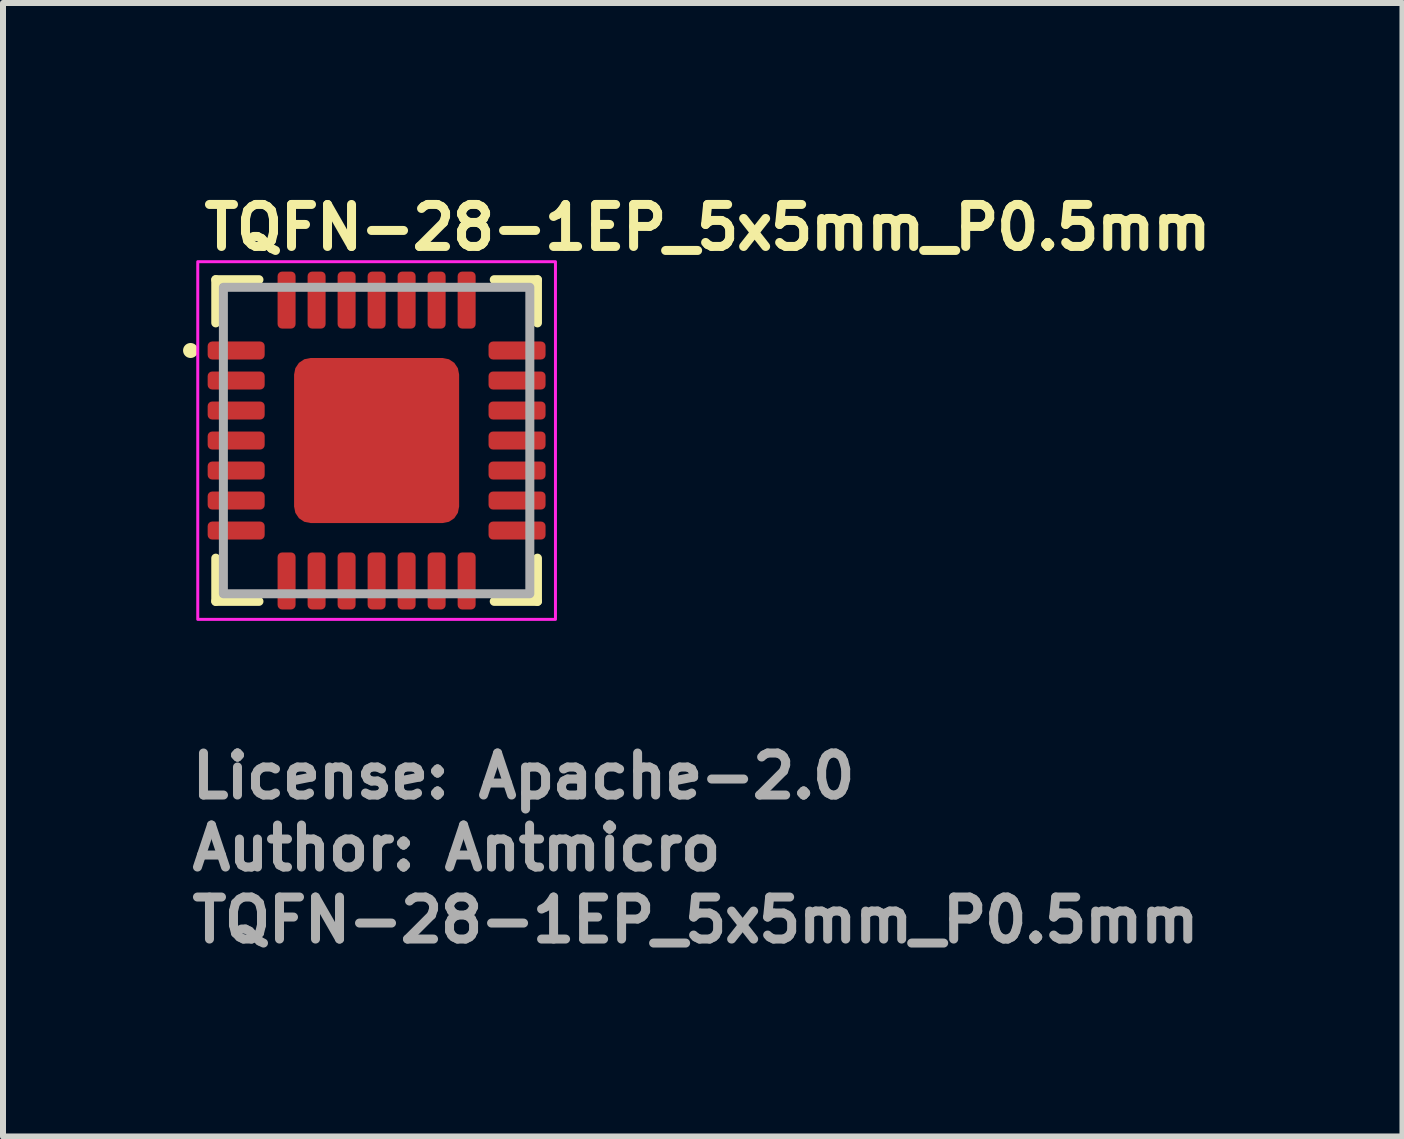
<source format=kicad_pcb>
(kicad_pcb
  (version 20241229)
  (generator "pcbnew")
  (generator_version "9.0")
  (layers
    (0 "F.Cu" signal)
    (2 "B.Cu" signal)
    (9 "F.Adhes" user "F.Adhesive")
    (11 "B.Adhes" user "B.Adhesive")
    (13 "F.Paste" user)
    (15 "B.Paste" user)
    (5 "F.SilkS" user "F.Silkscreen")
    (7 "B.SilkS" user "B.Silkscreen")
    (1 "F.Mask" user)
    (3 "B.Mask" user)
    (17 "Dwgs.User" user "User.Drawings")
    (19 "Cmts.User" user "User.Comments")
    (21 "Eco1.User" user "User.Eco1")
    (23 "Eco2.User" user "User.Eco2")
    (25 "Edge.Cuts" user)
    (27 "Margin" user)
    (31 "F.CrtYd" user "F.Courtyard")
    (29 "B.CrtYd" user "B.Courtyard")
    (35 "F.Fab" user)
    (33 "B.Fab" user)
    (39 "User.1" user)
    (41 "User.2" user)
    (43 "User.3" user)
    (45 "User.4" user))
  (footprint "TQFN-28-1EP_5x5mm_P0.5mm"
    (layer "F.Cu")
    (at 3.225 4.29)
    (property "Reference" "TQFN-28-1EP_5x5mm_P0.5mm" (at -2.95 -3.14 0) (unlocked yes) (layer "F.SilkS") (effects (font (size 0.7 0.7) (thickness 0.15)) (justify left bottom)))
    (attr smd)
    (fp_line (start -2.68 -2.68) (end -2.68 -1.96) (stroke (width 0.15) (type solid)) (layer "F.SilkS"))
    (fp_line (start -2.68 1.96) (end -2.68 2.68) (stroke (width 0.15) (type solid)) (layer "F.SilkS"))
    (fp_line (start -2.68 2.68) (end -1.96 2.68) (stroke (width 0.15) (type solid)) (layer "F.SilkS"))
    (fp_line (start -1.96 -2.68) (end -2.68 -2.68) (stroke (width 0.15) (type solid)) (layer "F.SilkS"))
    (fp_line (start 1.96 2.68) (end 2.68 2.68) (stroke (width 0.15) (type solid)) (layer "F.SilkS"))
    (fp_line (start 2.68 -2.68) (end 1.96 -2.68) (stroke (width 0.15) (type solid)) (layer "F.SilkS"))
    (fp_line (start 2.68 -1.96) (end 2.68 -2.68) (stroke (width 0.15) (type solid)) (layer "F.SilkS"))
    (fp_line (start 2.68 2.68) (end 2.68 1.96) (stroke (width 0.15) (type solid)) (layer "F.SilkS"))
    (fp_circle (center -3.1 -1.5) (end -3.05 -1.5) (stroke (width 0.15) (type solid)) (fill yes) (layer "F.SilkS"))
    (fp_rect (start -2.98 -2.98) (end 2.98 2.98) (stroke (width 0.05) (type solid)) (fill no) (layer "F.CrtYd"))
    (fp_rect (start -2.553 -2.553) (end 2.553 2.553) (stroke (width 0.15) (type solid)) (fill no) (layer "F.Fab"))
    (fp_rect (start -2.553 -2.553) (end 2.553 2.553) (stroke (width 0.1) (type solid)) (fill no) (layer "User.5"))
    (fp_line (start -2.553 -2.553) (end -2.553 2.553) (stroke (width 0.02) (type solid)) (layer "User.9"))
    (fp_line (start -2.553 2.553) (end 2.553 2.553) (stroke (width 0.02) (type solid)) (layer "User.9"))
    (fp_line (start -2.17 -1.5) (end -2.166 -1.469) (stroke (width 0.02) (type solid)) (layer "User.9"))
    (fp_line (start -2.166 -1.531) (end -2.17 -1.5) (stroke (width 0.02) (type solid)) (layer "User.9"))
    (fp_line (start -2.166 -1.469) (end -2.155 -1.441) (stroke (width 0.02) (type solid)) (layer "User.9"))
    (fp_line (start -2.155 -1.559) (end -2.166 -1.531) (stroke (width 0.02) (type solid)) (layer "User.9"))
    (fp_line (start -2.155 -1.441) (end -2.138 -1.415) (stroke (width 0.02) (type solid)) (layer "User.9"))
    (fp_line (start -2.138 -1.585) (end -2.155 -1.559) (stroke (width 0.02) (type solid)) (layer "User.9"))
    (fp_line (start -2.138 -1.415) (end -2.115 -1.395) (stroke (width 0.02) (type solid)) (layer "User.9"))
    (fp_line (start -2.115 -1.605) (end -2.138 -1.585) (stroke (width 0.02) (type solid)) (layer "User.9"))
    (fp_line (start -2.115 -1.395) (end -2.087 -1.381) (stroke (width 0.02) (type solid)) (layer "User.9"))
    (fp_line (start -2.087 -1.619) (end -2.115 -1.605) (stroke (width 0.02) (type solid)) (layer "User.9"))
    (fp_line (start -2.087 -1.381) (end -2.057 -1.373) (stroke (width 0.02) (type solid)) (layer "User.9"))
    (fp_line (start -2.057 -1.627) (end -2.087 -1.619) (stroke (width 0.02) (type solid)) (layer "User.9"))
    (fp_line (start -2.057 -1.373) (end -2.027 -1.373) (stroke (width 0.02) (type solid)) (layer "User.9"))
    (fp_line (start -2.027 -1.627) (end -2.057 -1.627) (stroke (width 0.02) (type solid)) (layer "User.9"))
    (fp_line (start -2.027 -1.373) (end -1.997 -1.381) (stroke (width 0.02) (type solid)) (layer "User.9"))
    (fp_line (start -1.997 -1.619) (end -2.027 -1.627) (stroke (width 0.02) (type solid)) (layer "User.9"))
    (fp_line (start -1.997 -1.381) (end -1.969 -1.395) (stroke (width 0.02) (type solid)) (layer "User.9"))
    (fp_line (start -1.969 -1.605) (end -1.997 -1.619) (stroke (width 0.02) (type solid)) (layer "User.9"))
    (fp_line (start -1.969 -1.395) (end -1.946 -1.415) (stroke (width 0.02) (type solid)) (layer "User.9"))
    (fp_line (start -1.946 -1.585) (end -1.969 -1.605) (stroke (width 0.02) (type solid)) (layer "User.9"))
    (fp_line (start -1.946 -1.415) (end -1.929 -1.441) (stroke (width 0.02) (type solid)) (layer "User.9"))
    (fp_line (start -1.929 -1.559) (end -1.946 -1.585) (stroke (width 0.02) (type solid)) (layer "User.9"))
    (fp_line (start -1.929 -1.441) (end -1.918 -1.469) (stroke (width 0.02) (type solid)) (layer "User.9"))
    (fp_line (start -1.918 -1.531) (end -1.929 -1.559) (stroke (width 0.02) (type solid)) (layer "User.9"))
    (fp_line (start -1.918 -1.469) (end -1.914 -1.5) (stroke (width 0.02) (type solid)) (layer "User.9"))
    (fp_line (start -1.914 -1.5) (end -1.918 -1.531) (stroke (width 0.02) (type solid)) (layer "User.9"))
    (fp_line (start 2.553 -2.553) (end -2.553 -2.553) (stroke (width 0.02) (type solid)) (layer "User.9"))
    (fp_line (start 2.553 2.553) (end 2.553 -2.553) (stroke (width 0.02) (type solid)) (layer "User.9"))
    (fp_text user "License: Apache-2.0" (at -3.15 6 0) (layer "F.Fab") (effects (font (size 0.7 0.7) (thickness 0.15)) (justify left bottom)))
    (fp_text user "${REFERENCE}" (at -3.15 8.4 0) (unlocked yes) (layer "F.Fab") (effects (font (size 0.7 0.7) (thickness 0.15)) (justify left bottom)))
    (fp_text user "Author: Antmicro" (at -3.15 7.2 0) (layer "F.Fab") (effects (font (size 0.7 0.7) (thickness 0.15)) (justify left bottom)))
    (pad "1" smd roundrect (at -2.34 -1.5 90) (size 0.3 0.95) (layers "F.Cu" "F.Mask" "F.Paste") (roundrect_rratio 0.25))
    (pad "2" smd roundrect (at -2.34 -1 90) (size 0.3 0.95) (layers "F.Cu" "F.Mask" "F.Paste") (roundrect_rratio 0.25))
    (pad "3" smd roundrect (at -2.34 -0.5 90) (size 0.3 0.95) (layers "F.Cu" "F.Mask" "F.Paste") (roundrect_rratio 0.25))
    (pad "4" smd roundrect (at -2.34 0 90) (size 0.3 0.95) (layers "F.Cu" "F.Mask" "F.Paste") (roundrect_rratio 0.25))
    (pad "5" smd roundrect (at -2.34 0.5 90) (size 0.3 0.95) (layers "F.Cu" "F.Mask" "F.Paste") (roundrect_rratio 0.25))
    (pad "6" smd roundrect (at -2.34 1 90) (size 0.3 0.95) (layers "F.Cu" "F.Mask" "F.Paste") (roundrect_rratio 0.25))
    (pad "7" smd roundrect (at -2.34 1.5 90) (size 0.3 0.95) (layers "F.Cu" "F.Mask" "F.Paste") (roundrect_rratio 0.25))
    (pad "8" smd roundrect (at -1.5 2.34) (size 0.3 0.95) (layers "F.Cu" "F.Mask" "F.Paste") (roundrect_rratio 0.25))
    (pad "9" smd roundrect (at -1 2.34) (size 0.3 0.95) (layers "F.Cu" "F.Mask" "F.Paste") (roundrect_rratio 0.25))
    (pad "10" smd roundrect (at -0.5 2.34) (size 0.3 0.95) (layers "F.Cu" "F.Mask" "F.Paste") (roundrect_rratio 0.25))
    (pad "11" smd roundrect (at 0 2.34) (size 0.3 0.95) (layers "F.Cu" "F.Mask" "F.Paste") (roundrect_rratio 0.25))
    (pad "12" smd roundrect (at 0.5 2.34) (size 0.3 0.95) (layers "F.Cu" "F.Mask" "F.Paste") (roundrect_rratio 0.25))
    (pad "13" smd roundrect (at 1 2.34) (size 0.3 0.95) (layers "F.Cu" "F.Mask" "F.Paste") (roundrect_rratio 0.25))
    (pad "14" smd roundrect (at 1.5 2.34) (size 0.3 0.95) (layers "F.Cu" "F.Mask" "F.Paste") (roundrect_rratio 0.25))
    (pad "15" smd roundrect (at 2.34 1.5 90) (size 0.3 0.95) (layers "F.Cu" "F.Mask" "F.Paste") (roundrect_rratio 0.25))
    (pad "16" smd roundrect (at 2.34 1 90) (size 0.3 0.95) (layers "F.Cu" "F.Mask" "F.Paste") (roundrect_rratio 0.25))
    (pad "17" smd roundrect (at 2.34 0.5 90) (size 0.3 0.95) (layers "F.Cu" "F.Mask" "F.Paste") (roundrect_rratio 0.25))
    (pad "18" smd roundrect (at 2.34 0 90) (size 0.3 0.95) (layers "F.Cu" "F.Mask" "F.Paste") (roundrect_rratio 0.25))
    (pad "19" smd roundrect (at 2.34 -0.5 90) (size 0.3 0.95) (layers "F.Cu" "F.Mask" "F.Paste") (roundrect_rratio 0.25))
    (pad "20" smd roundrect (at 2.34 -1 90) (size 0.3 0.95) (layers "F.Cu" "F.Mask" "F.Paste") (roundrect_rratio 0.25))
    (pad "21" smd roundrect (at 2.34 -1.5 90) (size 0.3 0.95) (layers "F.Cu" "F.Mask" "F.Paste") (roundrect_rratio 0.25))
    (pad "22" smd roundrect (at 1.5 -2.34) (size 0.3 0.95) (layers "F.Cu" "F.Mask" "F.Paste") (roundrect_rratio 0.25))
    (pad "23" smd roundrect (at 1 -2.34) (size 0.3 0.95) (layers "F.Cu" "F.Mask" "F.Paste") (roundrect_rratio 0.25))
    (pad "24" smd roundrect (at 0.5 -2.34) (size 0.3 0.95) (layers "F.Cu" "F.Mask" "F.Paste") (roundrect_rratio 0.25))
    (pad "25" smd roundrect (at 0 -2.34) (size 0.3 0.95) (layers "F.Cu" "F.Mask" "F.Paste") (roundrect_rratio 0.25))
    (pad "26" smd roundrect (at -0.5 -2.34) (size 0.3 0.95) (layers "F.Cu" "F.Mask" "F.Paste") (roundrect_rratio 0.25))
    (pad "27" smd roundrect (at -1 -2.34) (size 0.3 0.95) (layers "F.Cu" "F.Mask" "F.Paste") (roundrect_rratio 0.25))
    (pad "28" smd roundrect (at -1.5 -2.34) (size 0.3 0.95) (layers "F.Cu" "F.Mask" "F.Paste") (roundrect_rratio 0.25))
    (pad "29" smd roundrect (at 0 0) (size 2.75 2.75) (layers "F.Cu" "F.Mask" "F.Paste") (roundrect_rratio 0.1)))
  (gr_rect
    (start -3 -3)
    (end 20.318 15.886)
    (stroke (width 0.1) (type default))
    (fill no)
    (layer "Edge.Cuts")))
</source>
